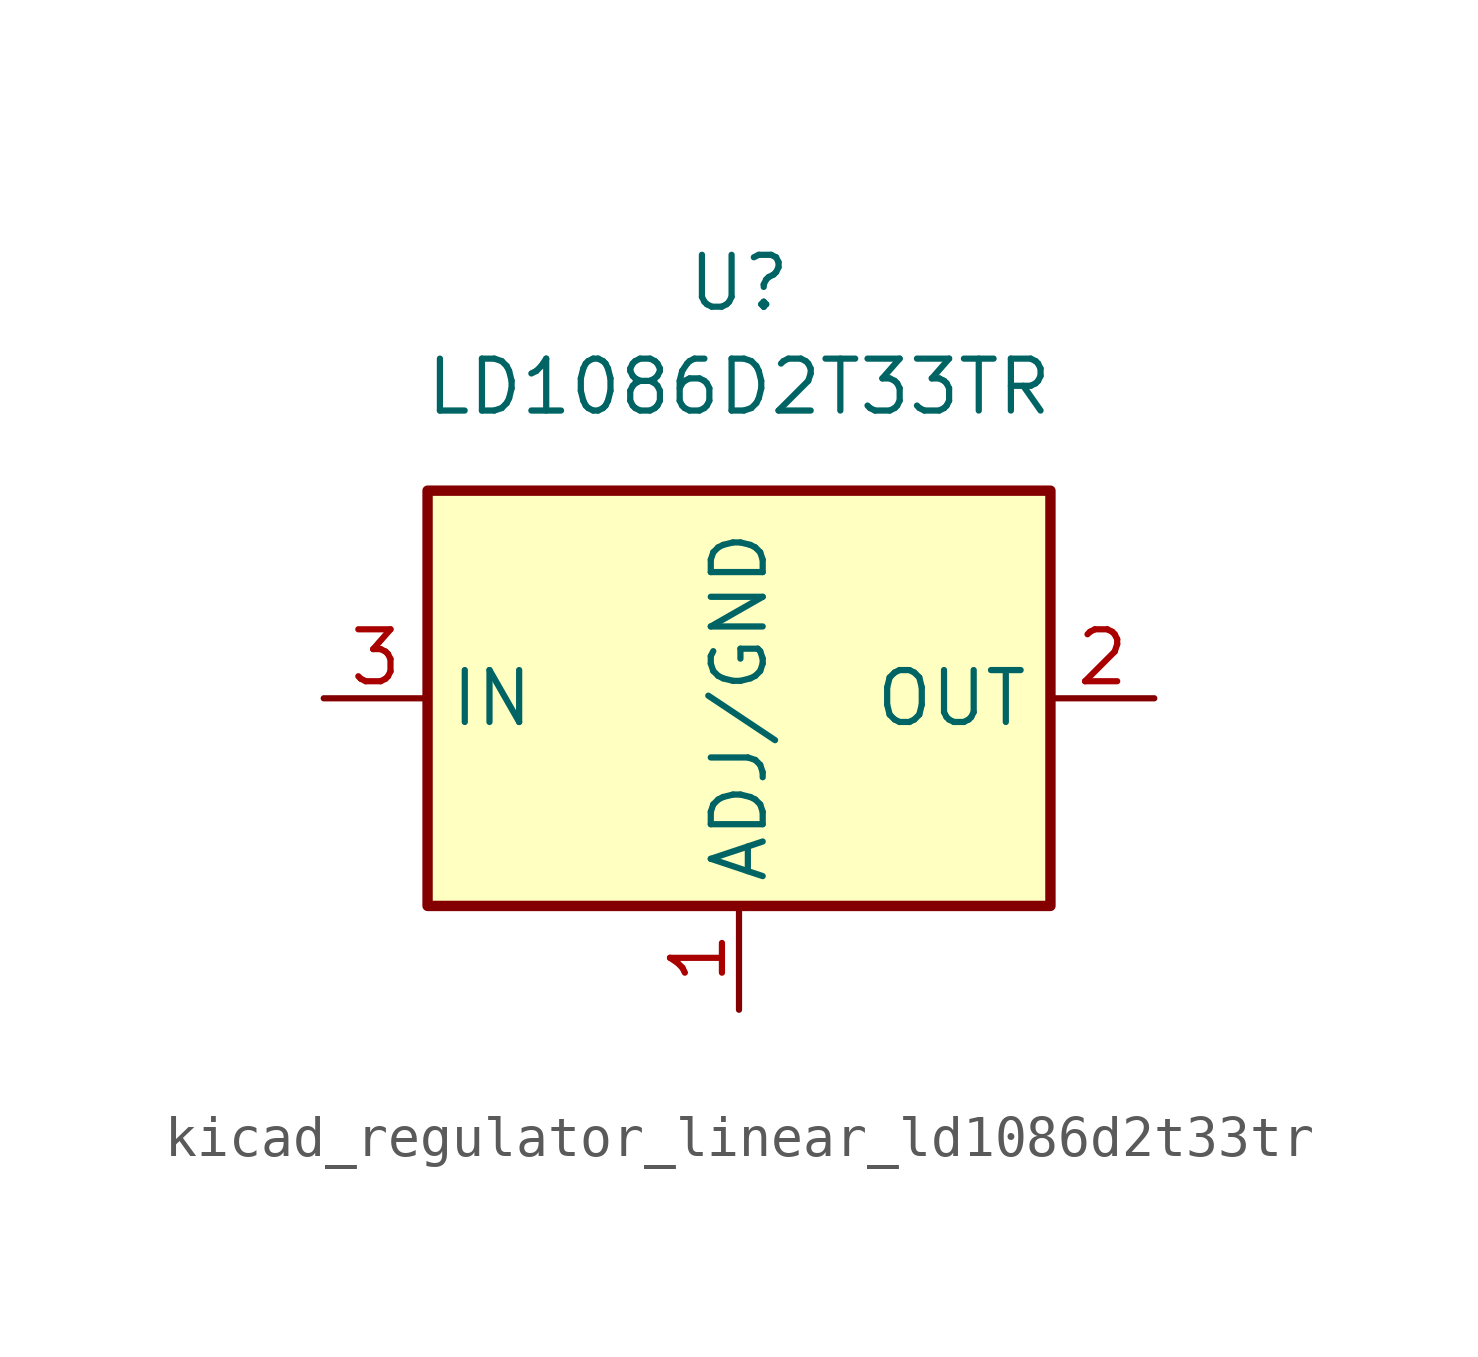
<source format=kicad_sym>
(kicad_symbol_lib
  (version 20220914)
  (generator kicad_symbol_editor)
  (symbol "kicad_regulator_linear_ld1086d2t33tr"
    (property "Reference" "U"
      (at 0 10.16 0)
      (effects (font (size 1.27 1.27))))
    (property "Value" "LD1086D2T33TR"
      (at 0 7.62 0)
      (effects (font (size 1.27 1.27))))
    (symbol "kicad_regulator_linear_ld1086d2t33tr_1_1"
      (rectangle (start -7.62 -5.08) (end 7.62 5.08) (stroke (width 0.254) (type default)) (fill (type background)))
      (pin input line (at 0 -7.62 90) (length 2.54) (name "ADJ/GND" (effects (font (size 1.27 1.27)))) (number "1" (effects (font (size 1.27 1.27)))))
      (pin power_out line (at 10.16 0 180) (length 2.54) (name "OUT" (effects (font (size 1.27 1.27)))) (number "2" (effects (font (size 1.27 1.27)))))
      (pin power_in line (at -10.16 0 0) (length 2.54) (name "IN" (effects (font (size 1.27 1.27)))) (number "3" (effects (font (size 1.27 1.27))))))))
</source>
